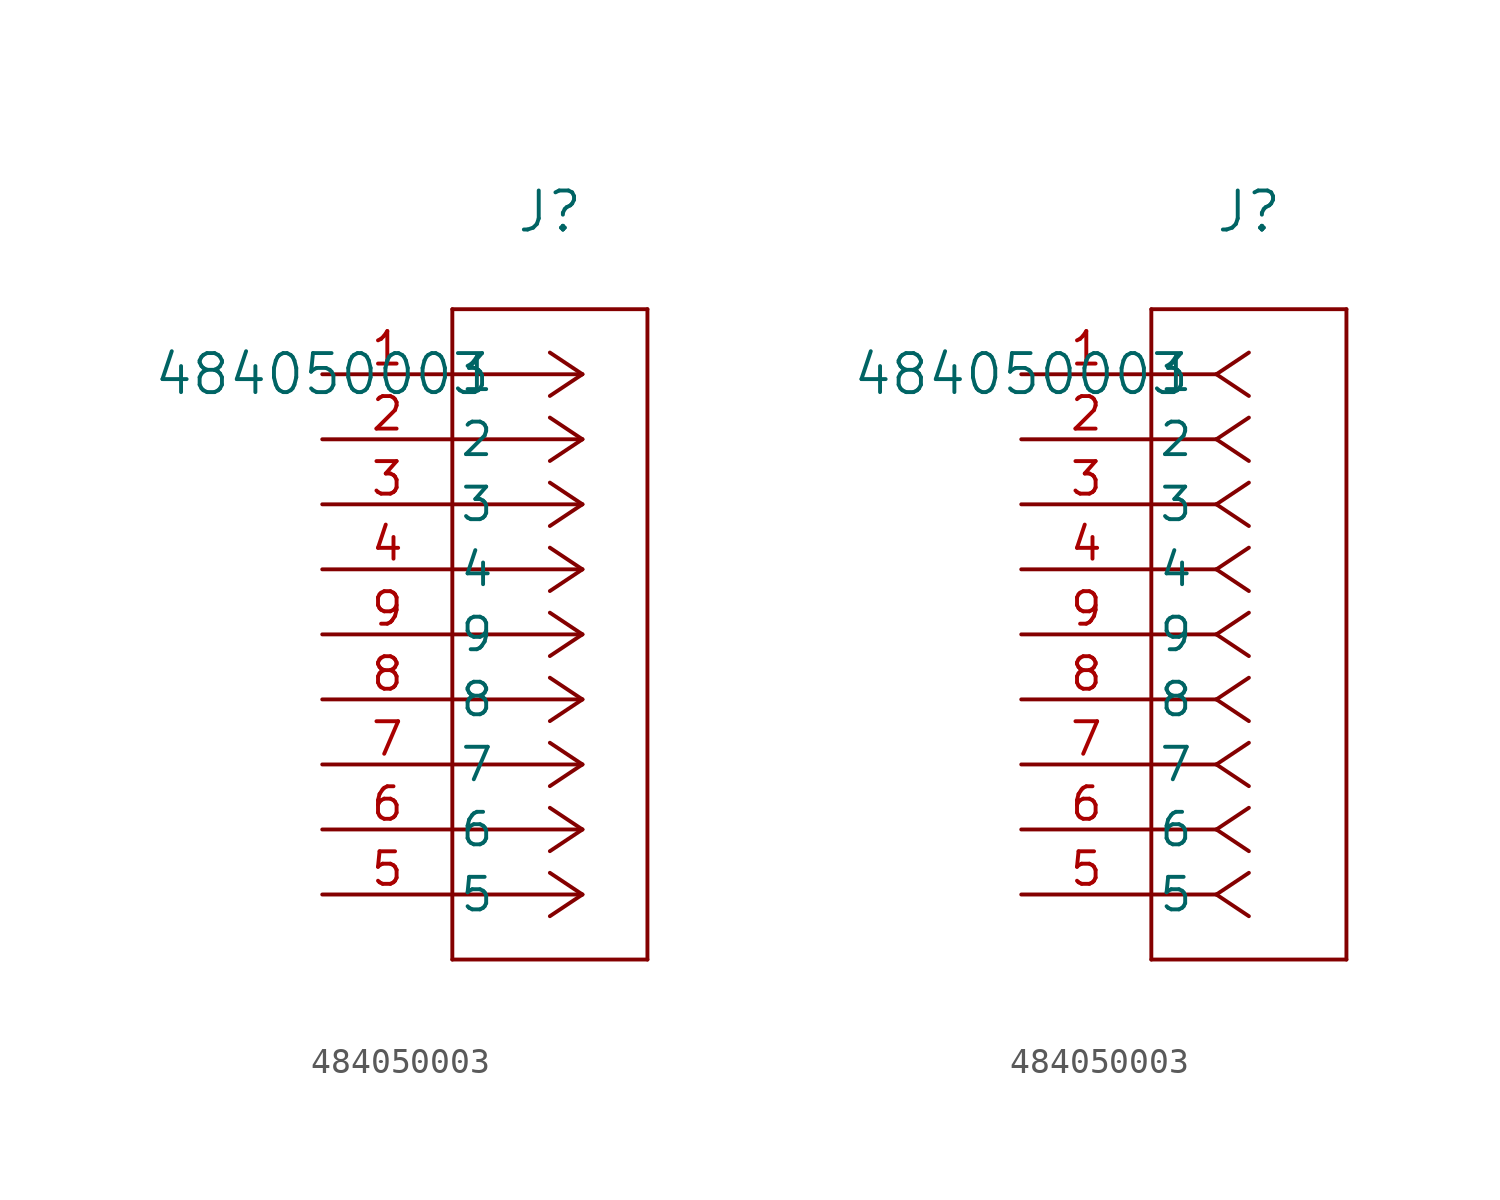
<source format=kicad_sym>
(kicad_symbol_lib
  (version 20211014)
  (generator kicad_symbol_editor)
  (symbol "484050003"
    (pin_names
      (offset 0.254))
    (property "Reference" "J"
      (at 8.89 6.35 0)
      (effects (font (size 1.524 1.524))))
    (property "Value" "484050003"
      (at 0 0 0)
      (effects (font (size 1.524 1.524))))
    (symbol "484050003_1_1"
      (polyline (pts (xy 10.16 0) (xy 5.08 0)) (stroke (width 0.152) (type default) (color 0 0 0 0)) (fill (type none)))
      (polyline (pts (xy 10.16 -2.54) (xy 5.08 -2.54)) (stroke (width 0.152) (type default) (color 0 0 0 0)) (fill (type none)))
      (polyline (pts (xy 10.16 -5.08) (xy 5.08 -5.08)) (stroke (width 0.152) (type default) (color 0 0 0 0)) (fill (type none)))
      (polyline (pts (xy 10.16 -7.62) (xy 5.08 -7.62)) (stroke (width 0.152) (type default) (color 0 0 0 0)) (fill (type none)))
      (polyline (pts (xy 10.16 -10.16) (xy 5.08 -10.16)) (stroke (width 0.152) (type default) (color 0 0 0 0)) (fill (type none)))
      (polyline (pts (xy 10.16 -12.7) (xy 5.08 -12.7)) (stroke (width 0.152) (type default) (color 0 0 0 0)) (fill (type none)))
      (polyline (pts (xy 10.16 -15.24) (xy 5.08 -15.24)) (stroke (width 0.152) (type default) (color 0 0 0 0)) (fill (type none)))
      (polyline (pts (xy 10.16 -17.78) (xy 5.08 -17.78)) (stroke (width 0.152) (type default) (color 0 0 0 0)) (fill (type none)))
      (polyline (pts (xy 10.16 -20.32) (xy 5.08 -20.32)) (stroke (width 0.152) (type default) (color 0 0 0 0)) (fill (type none)))
      (polyline (pts (xy 10.16 0) (xy 8.89 0.847)) (stroke (width 0.152) (type default) (color 0 0 0 0)) (fill (type none)))
      (polyline (pts (xy 10.16 -2.54) (xy 8.89 -1.693)) (stroke (width 0.152) (type default) (color 0 0 0 0)) (fill (type none)))
      (polyline (pts (xy 10.16 -5.08) (xy 8.89 -4.233)) (stroke (width 0.152) (type default) (color 0 0 0 0)) (fill (type none)))
      (polyline (pts (xy 10.16 -7.62) (xy 8.89 -6.773)) (stroke (width 0.152) (type default) (color 0 0 0 0)) (fill (type none)))
      (polyline (pts (xy 10.16 -10.16) (xy 8.89 -9.313)) (stroke (width 0.152) (type default) (color 0 0 0 0)) (fill (type none)))
      (polyline (pts (xy 10.16 -12.7) (xy 8.89 -11.853)) (stroke (width 0.152) (type default) (color 0 0 0 0)) (fill (type none)))
      (polyline (pts (xy 10.16 -15.24) (xy 8.89 -14.393)) (stroke (width 0.152) (type default) (color 0 0 0 0)) (fill (type none)))
      (polyline (pts (xy 10.16 -17.78) (xy 8.89 -16.933)) (stroke (width 0.152) (type default) (color 0 0 0 0)) (fill (type none)))
      (polyline (pts (xy 10.16 -20.32) (xy 8.89 -19.473)) (stroke (width 0.152) (type default) (color 0 0 0 0)) (fill (type none)))
      (polyline (pts (xy 10.16 0) (xy 8.89 -0.847)) (stroke (width 0.152) (type default) (color 0 0 0 0)) (fill (type none)))
      (polyline (pts (xy 10.16 -2.54) (xy 8.89 -3.387)) (stroke (width 0.152) (type default) (color 0 0 0 0)) (fill (type none)))
      (polyline (pts (xy 10.16 -5.08) (xy 8.89 -5.927)) (stroke (width 0.152) (type default) (color 0 0 0 0)) (fill (type none)))
      (polyline (pts (xy 10.16 -7.62) (xy 8.89 -8.467)) (stroke (width 0.152) (type default) (color 0 0 0 0)) (fill (type none)))
      (polyline (pts (xy 10.16 -10.16) (xy 8.89 -11.007)) (stroke (width 0.152) (type default) (color 0 0 0 0)) (fill (type none)))
      (polyline (pts (xy 10.16 -12.7) (xy 8.89 -13.547)) (stroke (width 0.152) (type default) (color 0 0 0 0)) (fill (type none)))
      (polyline (pts (xy 10.16 -15.24) (xy 8.89 -16.087)) (stroke (width 0.152) (type default) (color 0 0 0 0)) (fill (type none)))
      (polyline (pts (xy 10.16 -17.78) (xy 8.89 -18.627)) (stroke (width 0.152) (type default) (color 0 0 0 0)) (fill (type none)))
      (polyline (pts (xy 10.16 -20.32) (xy 8.89 -21.167)) (stroke (width 0.152) (type default) (color 0 0 0 0)) (fill (type none)))
      (polyline (pts (xy 5.08 2.54) (xy 5.08 -22.86)) (stroke (width 0.152) (type default) (color 0 0 0 0)) (fill (type none)))
      (polyline (pts (xy 5.08 -22.86) (xy 12.7 -22.86)) (stroke (width 0.152) (type default) (color 0 0 0 0)) (fill (type none)))
      (polyline (pts (xy 12.7 -22.86) (xy 12.7 2.54)) (stroke (width 0.152) (type default) (color 0 0 0 0)) (fill (type none)))
      (polyline (pts (xy 12.7 2.54) (xy 5.08 2.54)) (stroke (width 0.152) (type default) (color 0 0 0 0)) (fill (type none)))
      (pin unspecified line (at 0 0 0) (length 5.08) (name "1" (effects (font (size 1.27 1.27)))) (number "1" (effects (font (size 1.27 1.27)))))
      (pin unspecified line (at 0 -2.54 0) (length 5.08) (name "2" (effects (font (size 1.27 1.27)))) (number "2" (effects (font (size 1.27 1.27)))))
      (pin unspecified line (at 0 -5.08 0) (length 5.08) (name "3" (effects (font (size 1.27 1.27)))) (number "3" (effects (font (size 1.27 1.27)))))
      (pin unspecified line (at 0 -7.62 0) (length 5.08) (name "4" (effects (font (size 1.27 1.27)))) (number "4" (effects (font (size 1.27 1.27)))))
      (pin unspecified line (at 0 -10.16 0) (length 5.08) (name "9" (effects (font (size 1.27 1.27)))) (number "9" (effects (font (size 1.27 1.27)))))
      (pin unspecified line (at 0 -12.7 0) (length 5.08) (name "8" (effects (font (size 1.27 1.27)))) (number "8" (effects (font (size 1.27 1.27)))))
      (pin unspecified line (at 0 -15.24 0) (length 5.08) (name "7" (effects (font (size 1.27 1.27)))) (number "7" (effects (font (size 1.27 1.27)))))
      (pin unspecified line (at 0 -17.78 0) (length 5.08) (name "6" (effects (font (size 1.27 1.27)))) (number "6" (effects (font (size 1.27 1.27)))))
      (pin unspecified line (at 0 -20.32 0) (length 5.08) (name "5" (effects (font (size 1.27 1.27)))) (number "5" (effects (font (size 1.27 1.27))))))
    (symbol "484050003_1_2"
      (polyline (pts (xy 7.62 0) (xy 5.08 0)) (stroke (width 0.152) (type default) (color 0 0 0 0)) (fill (type none)))
      (polyline (pts (xy 7.62 -2.54) (xy 5.08 -2.54)) (stroke (width 0.152) (type default) (color 0 0 0 0)) (fill (type none)))
      (polyline (pts (xy 7.62 -5.08) (xy 5.08 -5.08)) (stroke (width 0.152) (type default) (color 0 0 0 0)) (fill (type none)))
      (polyline (pts (xy 7.62 -7.62) (xy 5.08 -7.62)) (stroke (width 0.152) (type default) (color 0 0 0 0)) (fill (type none)))
      (polyline (pts (xy 7.62 -10.16) (xy 5.08 -10.16)) (stroke (width 0.152) (type default) (color 0 0 0 0)) (fill (type none)))
      (polyline (pts (xy 7.62 -12.7) (xy 5.08 -12.7)) (stroke (width 0.152) (type default) (color 0 0 0 0)) (fill (type none)))
      (polyline (pts (xy 7.62 -15.24) (xy 5.08 -15.24)) (stroke (width 0.152) (type default) (color 0 0 0 0)) (fill (type none)))
      (polyline (pts (xy 7.62 -17.78) (xy 5.08 -17.78)) (stroke (width 0.152) (type default) (color 0 0 0 0)) (fill (type none)))
      (polyline (pts (xy 7.62 -20.32) (xy 5.08 -20.32)) (stroke (width 0.152) (type default) (color 0 0 0 0)) (fill (type none)))
      (polyline (pts (xy 7.62 0) (xy 8.89 0.847)) (stroke (width 0.152) (type default) (color 0 0 0 0)) (fill (type none)))
      (polyline (pts (xy 7.62 -2.54) (xy 8.89 -1.693)) (stroke (width 0.152) (type default) (color 0 0 0 0)) (fill (type none)))
      (polyline (pts (xy 7.62 -5.08) (xy 8.89 -4.233)) (stroke (width 0.152) (type default) (color 0 0 0 0)) (fill (type none)))
      (polyline (pts (xy 7.62 -7.62) (xy 8.89 -6.773)) (stroke (width 0.152) (type default) (color 0 0 0 0)) (fill (type none)))
      (polyline (pts (xy 7.62 -10.16) (xy 8.89 -9.313)) (stroke (width 0.152) (type default) (color 0 0 0 0)) (fill (type none)))
      (polyline (pts (xy 7.62 -12.7) (xy 8.89 -11.853)) (stroke (width 0.152) (type default) (color 0 0 0 0)) (fill (type none)))
      (polyline (pts (xy 7.62 -15.24) (xy 8.89 -14.393)) (stroke (width 0.152) (type default) (color 0 0 0 0)) (fill (type none)))
      (polyline (pts (xy 7.62 -17.78) (xy 8.89 -16.933)) (stroke (width 0.152) (type default) (color 0 0 0 0)) (fill (type none)))
      (polyline (pts (xy 7.62 -20.32) (xy 8.89 -19.473)) (stroke (width 0.152) (type default) (color 0 0 0 0)) (fill (type none)))
      (polyline (pts (xy 7.62 0) (xy 8.89 -0.847)) (stroke (width 0.152) (type default) (color 0 0 0 0)) (fill (type none)))
      (polyline (pts (xy 7.62 -2.54) (xy 8.89 -3.387)) (stroke (width 0.152) (type default) (color 0 0 0 0)) (fill (type none)))
      (polyline (pts (xy 7.62 -5.08) (xy 8.89 -5.927)) (stroke (width 0.152) (type default) (color 0 0 0 0)) (fill (type none)))
      (polyline (pts (xy 7.62 -7.62) (xy 8.89 -8.467)) (stroke (width 0.152) (type default) (color 0 0 0 0)) (fill (type none)))
      (polyline (pts (xy 7.62 -10.16) (xy 8.89 -11.007)) (stroke (width 0.152) (type default) (color 0 0 0 0)) (fill (type none)))
      (polyline (pts (xy 7.62 -12.7) (xy 8.89 -13.547)) (stroke (width 0.152) (type default) (color 0 0 0 0)) (fill (type none)))
      (polyline (pts (xy 7.62 -15.24) (xy 8.89 -16.087)) (stroke (width 0.152) (type default) (color 0 0 0 0)) (fill (type none)))
      (polyline (pts (xy 7.62 -17.78) (xy 8.89 -18.627)) (stroke (width 0.152) (type default) (color 0 0 0 0)) (fill (type none)))
      (polyline (pts (xy 7.62 -20.32) (xy 8.89 -21.167)) (stroke (width 0.152) (type default) (color 0 0 0 0)) (fill (type none)))
      (polyline (pts (xy 5.08 2.54) (xy 5.08 -22.86)) (stroke (width 0.152) (type default) (color 0 0 0 0)) (fill (type none)))
      (polyline (pts (xy 5.08 -22.86) (xy 12.7 -22.86)) (stroke (width 0.152) (type default) (color 0 0 0 0)) (fill (type none)))
      (polyline (pts (xy 12.7 -22.86) (xy 12.7 2.54)) (stroke (width 0.152) (type default) (color 0 0 0 0)) (fill (type none)))
      (polyline (pts (xy 12.7 2.54) (xy 5.08 2.54)) (stroke (width 0.152) (type default) (color 0 0 0 0)) (fill (type none)))
      (pin unspecified line (at 0 0 0) (length 5.08) (name "1" (effects (font (size 1.27 1.27)))) (number "1" (effects (font (size 1.27 1.27)))))
      (pin unspecified line (at 0 -2.54 0) (length 5.08) (name "2" (effects (font (size 1.27 1.27)))) (number "2" (effects (font (size 1.27 1.27)))))
      (pin unspecified line (at 0 -5.08 0) (length 5.08) (name "3" (effects (font (size 1.27 1.27)))) (number "3" (effects (font (size 1.27 1.27)))))
      (pin unspecified line (at 0 -7.62 0) (length 5.08) (name "4" (effects (font (size 1.27 1.27)))) (number "4" (effects (font (size 1.27 1.27)))))
      (pin unspecified line (at 0 -10.16 0) (length 5.08) (name "9" (effects (font (size 1.27 1.27)))) (number "9" (effects (font (size 1.27 1.27)))))
      (pin unspecified line (at 0 -12.7 0) (length 5.08) (name "8" (effects (font (size 1.27 1.27)))) (number "8" (effects (font (size 1.27 1.27)))))
      (pin unspecified line (at 0 -15.24 0) (length 5.08) (name "7" (effects (font (size 1.27 1.27)))) (number "7" (effects (font (size 1.27 1.27)))))
      (pin unspecified line (at 0 -17.78 0) (length 5.08) (name "6" (effects (font (size 1.27 1.27)))) (number "6" (effects (font (size 1.27 1.27)))))
      (pin unspecified line (at 0 -20.32 0) (length 5.08) (name "5" (effects (font (size 1.27 1.27)))) (number "5" (effects (font (size 1.27 1.27))))))))
</source>
